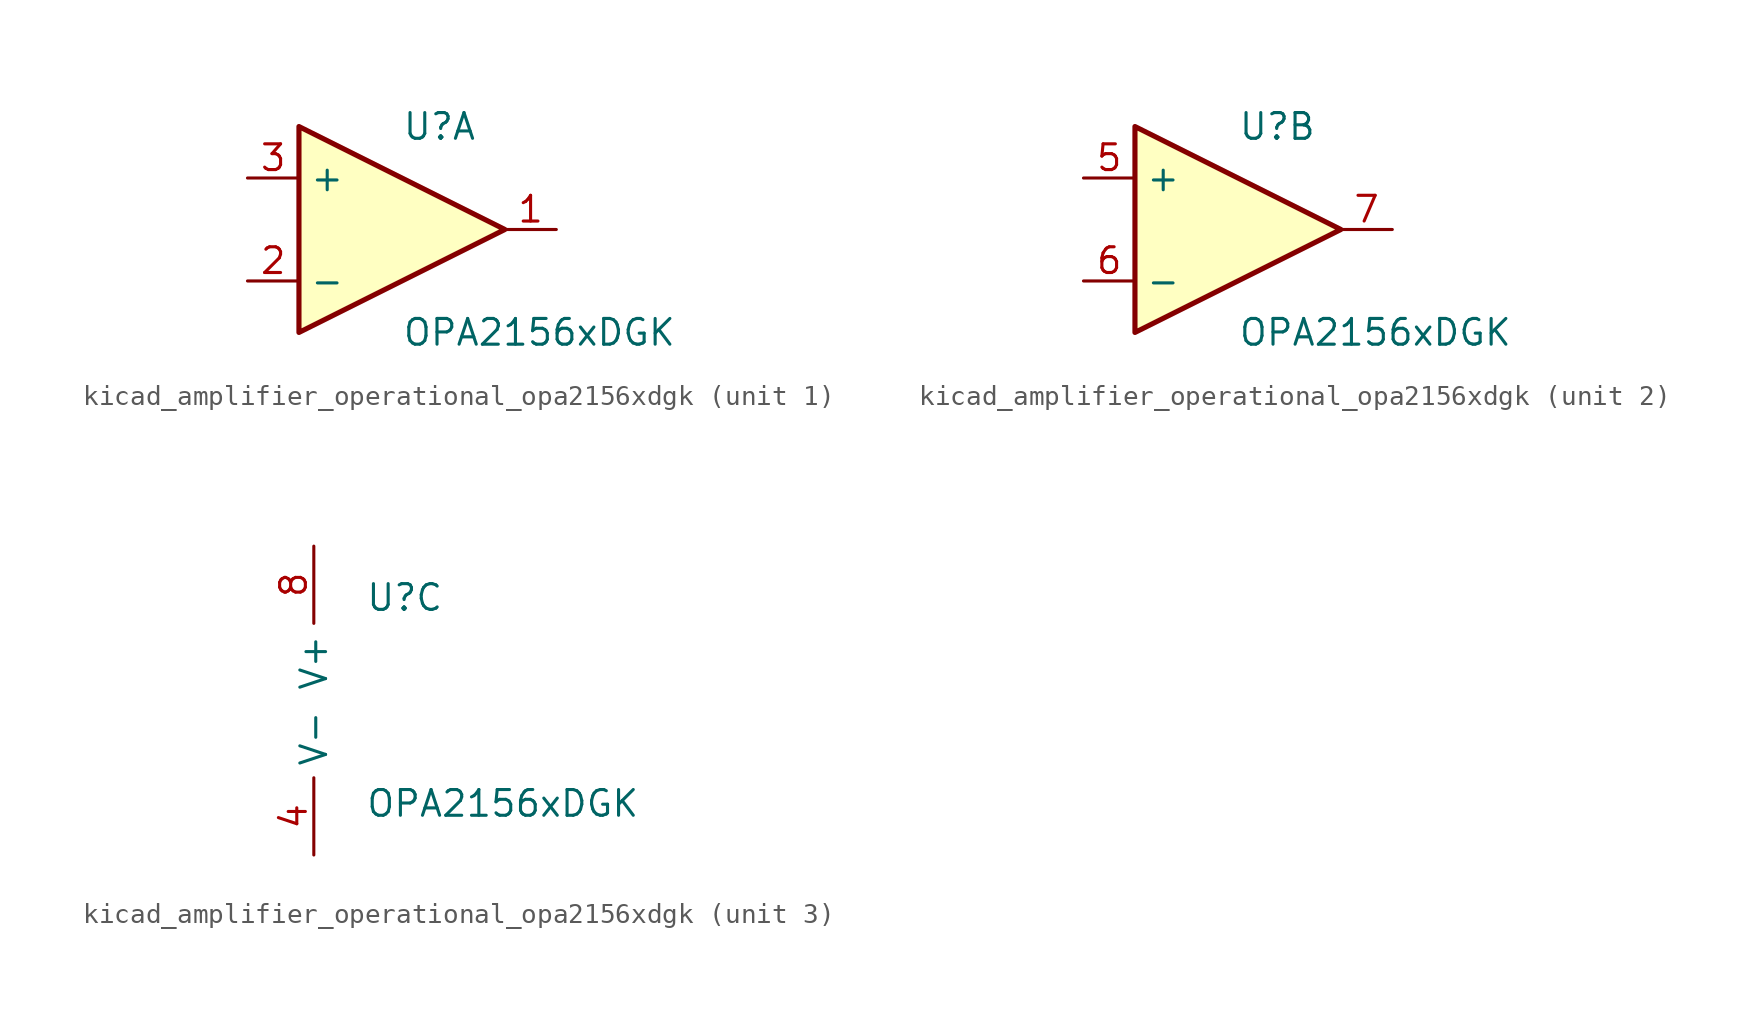
<source format=kicad_sym>
(kicad_symbol_lib
  (version 20220914)
  (generator kicad_symbol_editor)
  (symbol "kicad_amplifier_operational_opa2156xdgk"
    (property "Reference" "U"
      (at 0 5.08 0)
      (effects (font (size 1.27 1.27)) (justify left)))
    (property "Value" "OPA2156xDGK"
      (at 0 -5.08 0)
      (effects (font (size 1.27 1.27)) (justify left)))
    (property "ki_locked" ""
      (at 0 0 0)
      (effects (font (size 1.27 1.27))))
    (symbol "kicad_amplifier_operational_opa2156xdgk_1_1"
      (polyline (pts (xy -5.08 5.08) (xy 5.08 0) (xy -5.08 -5.08) (xy -5.08 5.08)) (stroke (width 0.254) (type default)) (fill (type background)))
      (pin output line (at 7.62 0 180) (length 2.54) (name "~" (effects (font (size 1.27 1.27)))) (number "1" (effects (font (size 1.27 1.27)))))
      (pin input line (at -7.62 -2.54 0) (length 2.54) (name "-" (effects (font (size 1.27 1.27)))) (number "2" (effects (font (size 1.27 1.27)))))
      (pin input line (at -7.62 2.54 0) (length 2.54) (name "+" (effects (font (size 1.27 1.27)))) (number "3" (effects (font (size 1.27 1.27))))))
    (symbol "kicad_amplifier_operational_opa2156xdgk_2_1"
      (polyline (pts (xy -5.08 5.08) (xy 5.08 0) (xy -5.08 -5.08) (xy -5.08 5.08)) (stroke (width 0.254) (type default)) (fill (type background)))
      (pin input line (at -7.62 2.54 0) (length 2.54) (name "+" (effects (font (size 1.27 1.27)))) (number "5" (effects (font (size 1.27 1.27)))))
      (pin input line (at -7.62 -2.54 0) (length 2.54) (name "-" (effects (font (size 1.27 1.27)))) (number "6" (effects (font (size 1.27 1.27)))))
      (pin output line (at 7.62 0 180) (length 2.54) (name "~" (effects (font (size 1.27 1.27)))) (number "7" (effects (font (size 1.27 1.27))))))
    (symbol "kicad_amplifier_operational_opa2156xdgk_3_1"
      (pin power_in line (at -2.54 -7.62 90) (length 3.81) (name "V-" (effects (font (size 1.27 1.27)))) (number "4" (effects (font (size 1.27 1.27)))))
      (pin power_in line (at -2.54 7.62 270) (length 3.81) (name "V+" (effects (font (size 1.27 1.27)))) (number "8" (effects (font (size 1.27 1.27))))))))
</source>
